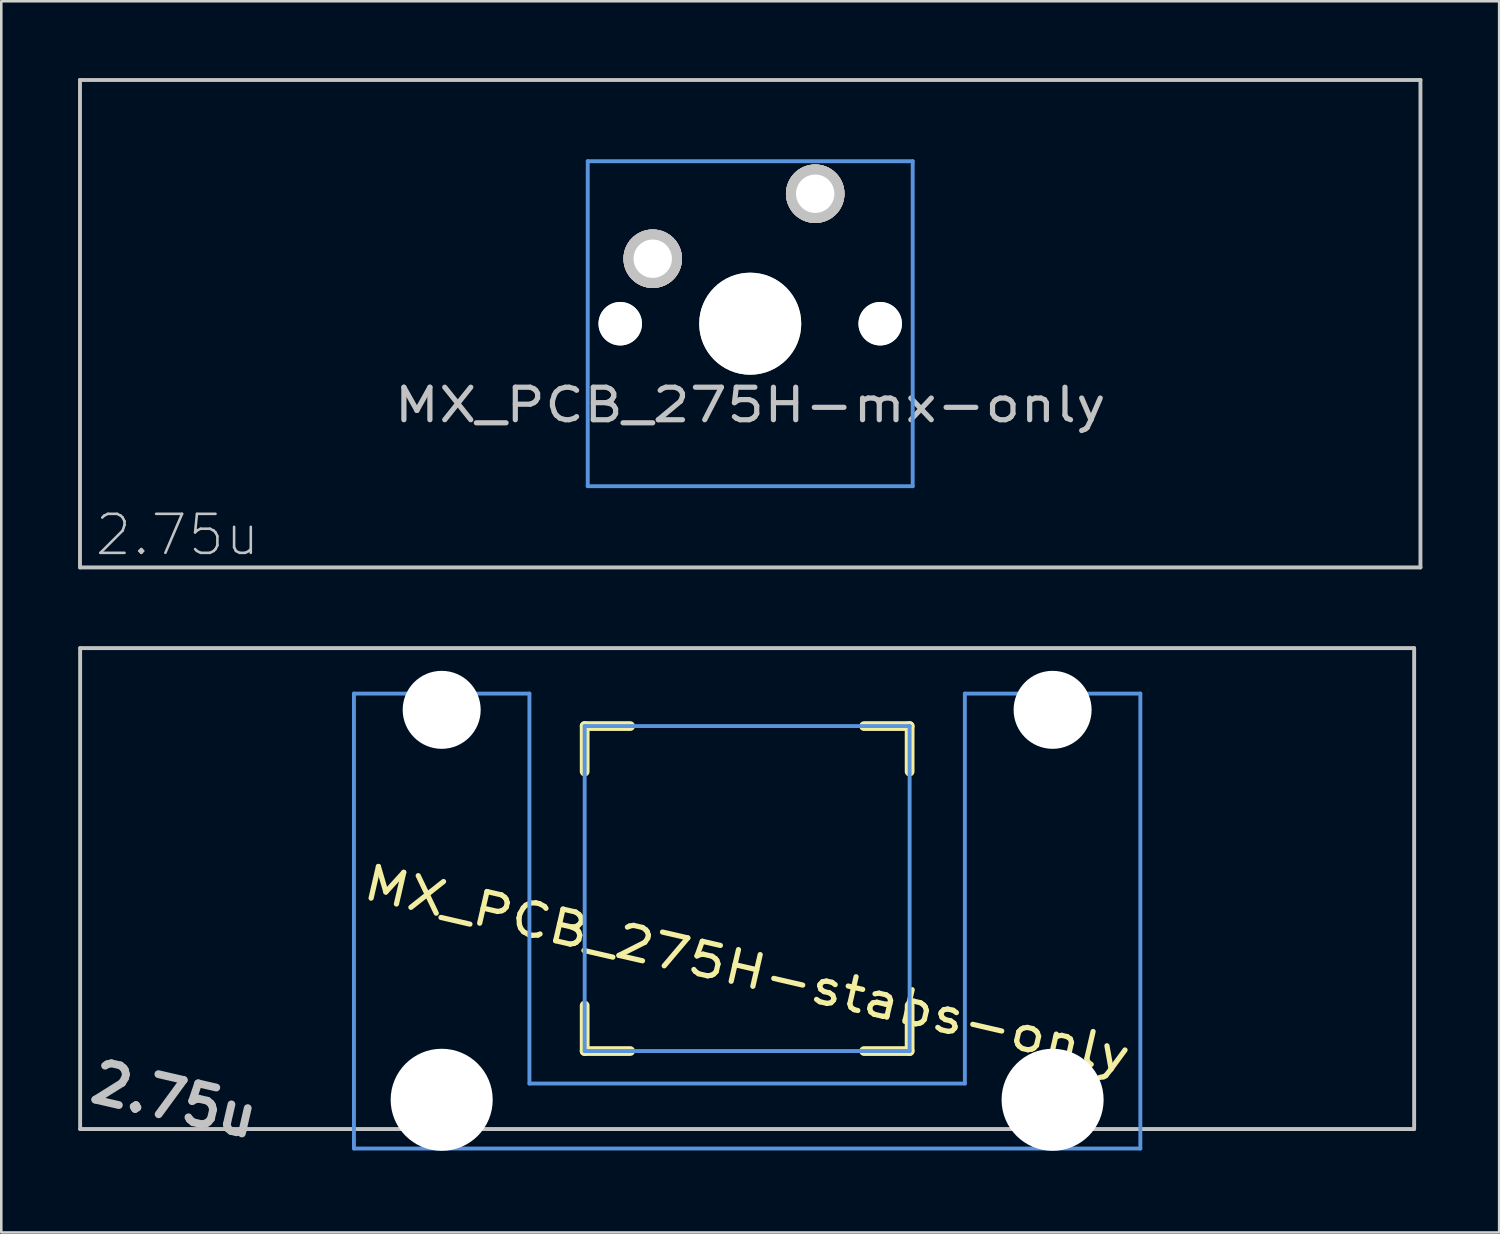
<source format=kicad_pcb>
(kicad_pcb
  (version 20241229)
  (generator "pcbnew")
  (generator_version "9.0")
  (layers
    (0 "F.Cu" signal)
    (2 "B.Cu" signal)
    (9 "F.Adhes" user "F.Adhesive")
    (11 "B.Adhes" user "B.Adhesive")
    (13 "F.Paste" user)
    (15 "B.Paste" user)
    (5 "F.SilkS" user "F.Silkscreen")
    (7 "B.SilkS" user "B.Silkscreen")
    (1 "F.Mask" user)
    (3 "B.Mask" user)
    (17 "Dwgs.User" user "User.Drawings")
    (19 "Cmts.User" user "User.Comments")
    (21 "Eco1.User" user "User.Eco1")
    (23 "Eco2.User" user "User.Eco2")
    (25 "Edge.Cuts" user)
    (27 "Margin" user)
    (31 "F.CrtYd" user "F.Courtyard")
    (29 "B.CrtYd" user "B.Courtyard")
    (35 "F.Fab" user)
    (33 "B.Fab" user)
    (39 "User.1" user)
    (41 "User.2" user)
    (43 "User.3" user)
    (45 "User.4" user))
  (footprint "MX_PCB_275H-stabs-only"
    (layer "F.Cu")
    (at 26.15 31.677)
    (property "Reference" "MX_PCB_275H-stabs-only" (at 0 3.175 347) (layer "F.SilkS") (effects (font (size 1.27 1.524) (thickness 0.203))))
    (attr through_hole)
    (fp_line (start -6.35 -6.35) (end -4.572 -6.35) (stroke (width 0.381) (type solid)) (layer "F.SilkS"))
    (fp_line (start -6.35 -4.572) (end -6.35 -6.35) (stroke (width 0.381) (type solid)) (layer "F.SilkS"))
    (fp_line (start -6.35 6.35) (end -6.35 4.572) (stroke (width 0.381) (type solid)) (layer "F.SilkS"))
    (fp_line (start -4.572 6.35) (end -6.35 6.35) (stroke (width 0.381) (type solid)) (layer "F.SilkS"))
    (fp_line (start 4.572 -6.35) (end 6.35 -6.35) (stroke (width 0.381) (type solid)) (layer "F.SilkS"))
    (fp_line (start 6.35 -6.35) (end 6.35 -4.572) (stroke (width 0.381) (type solid)) (layer "F.SilkS"))
    (fp_line (start 6.35 4.572) (end 6.35 6.35) (stroke (width 0.381) (type solid)) (layer "F.SilkS"))
    (fp_line (start 6.35 6.35) (end 4.572 6.35) (stroke (width 0.381) (type solid)) (layer "F.SilkS"))
    (fp_line (start -26.068 -9.398) (end 26.068 -9.398) (stroke (width 0.152) (type solid)) (layer "Dwgs.User"))
    (fp_line (start -26.068 9.398) (end -26.068 -9.398) (stroke (width 0.152) (type solid)) (layer "Dwgs.User"))
    (fp_line (start 26.068 -9.398) (end 26.068 9.398) (stroke (width 0.152) (type solid)) (layer "Dwgs.User"))
    (fp_line (start 26.068 9.398) (end -26.068 9.398) (stroke (width 0.152) (type solid)) (layer "Dwgs.User"))
    (fp_line (start -15.367 -7.62) (end -15.367 10.16) (stroke (width 0.152) (type solid)) (layer "Cmts.User"))
    (fp_line (start -15.367 10.16) (end 15.367 10.16) (stroke (width 0.152) (type solid)) (layer "Cmts.User"))
    (fp_line (start -8.509 -7.62) (end -15.367 -7.62) (stroke (width 0.152) (type solid)) (layer "Cmts.User"))
    (fp_line (start -8.509 7.62) (end -8.509 -7.62) (stroke (width 0.152) (type solid)) (layer "Cmts.User"))
    (fp_line (start -6.35 -6.35) (end 6.35 -6.35) (stroke (width 0.152) (type solid)) (layer "Cmts.User"))
    (fp_line (start -6.35 6.35) (end -6.35 -6.35) (stroke (width 0.152) (type solid)) (layer "Cmts.User"))
    (fp_line (start 6.35 -6.35) (end 6.35 6.35) (stroke (width 0.152) (type solid)) (layer "Cmts.User"))
    (fp_line (start 6.35 6.35) (end -6.35 6.35) (stroke (width 0.152) (type solid)) (layer "Cmts.User"))
    (fp_line (start 8.509 -7.62) (end 8.509 7.62) (stroke (width 0.152) (type solid)) (layer "Cmts.User"))
    (fp_line (start 8.509 7.62) (end -8.509 7.62) (stroke (width 0.152) (type solid)) (layer "Cmts.User"))
    (fp_line (start 15.367 -7.62) (end 8.509 -7.62) (stroke (width 0.152) (type solid)) (layer "Cmts.User"))
    (fp_line (start 15.367 10.16) (end 15.367 -7.62) (stroke (width 0.152) (type solid)) (layer "Cmts.User"))
    (fp_line (start -16.129 -2.286) (end -15.265 -2.286) (stroke (width 0.152) (type solid)) (layer "Eco2.User"))
    (fp_line (start -16.129 0.508) (end -16.129 -2.286) (stroke (width 0.152) (type solid)) (layer "Eco2.User"))
    (fp_line (start -15.265 -5.69) (end -8.611 -5.69) (stroke (width 0.152) (type solid)) (layer "Eco2.User"))
    (fp_line (start -15.265 -2.286) (end -15.265 -5.69) (stroke (width 0.152) (type solid)) (layer "Eco2.User"))
    (fp_line (start -15.265 0.508) (end -16.129 0.508) (stroke (width 0.152) (type solid)) (layer "Eco2.User"))
    (fp_line (start -15.265 6.604) (end -15.265 0.508) (stroke (width 0.152) (type solid)) (layer "Eco2.User"))
    (fp_line (start -14.224 6.604) (end -15.265 6.604) (stroke (width 0.152) (type solid)) (layer "Eco2.User"))
    (fp_line (start -14.224 7.772) (end -14.224 6.604) (stroke (width 0.152) (type solid)) (layer "Eco2.User"))
    (fp_line (start -9.652 6.604) (end -9.652 7.772) (stroke (width 0.152) (type solid)) (layer "Eco2.User"))
    (fp_line (start -9.652 7.772) (end -14.224 7.772) (stroke (width 0.152) (type solid)) (layer "Eco2.User"))
    (fp_line (start -8.611 -5.69) (end -8.611 -4.877) (stroke (width 0.152) (type solid)) (layer "Eco2.User"))
    (fp_line (start -8.611 -4.877) (end -6.985 -4.877) (stroke (width 0.152) (type solid)) (layer "Eco2.User"))
    (fp_line (start -8.611 5.817) (end -8.611 6.604) (stroke (width 0.152) (type solid)) (layer "Eco2.User"))
    (fp_line (start -8.611 6.604) (end -9.652 6.604) (stroke (width 0.152) (type solid)) (layer "Eco2.User"))
    (fp_line (start -6.985 -6.985) (end 6.985 -6.985) (stroke (width 0.152) (type solid)) (layer "Eco2.User"))
    (fp_line (start -6.985 -4.877) (end -6.985 -6.985) (stroke (width 0.152) (type solid)) (layer "Eco2.User"))
    (fp_line (start -6.985 5.817) (end -8.611 5.817) (stroke (width 0.152) (type solid)) (layer "Eco2.User"))
    (fp_line (start -6.985 6.985) (end -6.985 5.817) (stroke (width 0.152) (type solid)) (layer "Eco2.User"))
    (fp_line (start 6.985 -6.985) (end 6.985 -4.877) (stroke (width 0.152) (type solid)) (layer "Eco2.User"))
    (fp_line (start 6.985 -4.877) (end 8.611 -4.877) (stroke (width 0.152) (type solid)) (layer "Eco2.User"))
    (fp_line (start 6.985 5.817) (end 6.985 6.985) (stroke (width 0.152) (type solid)) (layer "Eco2.User"))
    (fp_line (start 6.985 6.985) (end -6.985 6.985) (stroke (width 0.152) (type solid)) (layer "Eco2.User"))
    (fp_line (start 8.611 -5.69) (end 15.265 -5.69) (stroke (width 0.152) (type solid)) (layer "Eco2.User"))
    (fp_line (start 8.611 -4.877) (end 8.611 -5.69) (stroke (width 0.152) (type solid)) (layer "Eco2.User"))
    (fp_line (start 8.611 5.817) (end 6.985 5.817) (stroke (width 0.152) (type solid)) (layer "Eco2.User"))
    (fp_line (start 8.611 6.604) (end 8.611 5.817) (stroke (width 0.152) (type solid)) (layer "Eco2.User"))
    (fp_line (start 9.652 6.604) (end 8.611 6.604) (stroke (width 0.152) (type solid)) (layer "Eco2.User"))
    (fp_line (start 9.652 7.772) (end 9.652 6.604) (stroke (width 0.152) (type solid)) (layer "Eco2.User"))
    (fp_line (start 14.224 6.604) (end 14.224 7.772) (stroke (width 0.152) (type solid)) (layer "Eco2.User"))
    (fp_line (start 14.224 7.772) (end 9.652 7.772) (stroke (width 0.152) (type solid)) (layer "Eco2.User"))
    (fp_line (start 15.265 -5.69) (end 15.265 -2.286) (stroke (width 0.152) (type solid)) (layer "Eco2.User"))
    (fp_line (start 15.265 -2.286) (end 16.129 -2.286) (stroke (width 0.152) (type solid)) (layer "Eco2.User"))
    (fp_line (start 15.265 0.508) (end 15.265 6.604) (stroke (width 0.152) (type solid)) (layer "Eco2.User"))
    (fp_line (start 15.265 6.604) (end 14.224 6.604) (stroke (width 0.152) (type solid)) (layer "Eco2.User"))
    (fp_line (start 16.129 -2.286) (end 16.129 0.508) (stroke (width 0.152) (type solid)) (layer "Eco2.User"))
    (fp_line (start 16.129 0.508) (end 15.265 0.508) (stroke (width 0.152) (type solid)) (layer "Eco2.User"))
    (fp_text user "2.75u" (at -22.385 8.255 347) (layer "Dwgs.User") (effects (font (size 1.524 1.524) (thickness 0.305))))
    (pad "" np_thru_hole circle (at -11.938 -6.985 347) (size 3.048 3.048) (drill 3.048) (layers "*.Cu"))
    (pad "" np_thru_hole circle (at -11.938 8.255 347) (size 3.988 3.988) (drill 3.988) (layers "*.Cu"))
    (pad "" np_thru_hole circle (at 11.938 -6.985 347) (size 3.048 3.048) (drill 3.048) (layers "*.Cu"))
    (pad "" np_thru_hole circle (at 11.938 8.255 347) (size 3.988 3.988) (drill 3.988) (layers "*.Cu")))
  (footprint "MX_PCB_275H-mx-only"
    (layer "F.Cu")
    (at 26.27 9.601)
    (property "Reference" "MX_PCB_275H-mx-only" (at 0 3.175 0) (layer "Dwgs.User") (effects (font (size 1.27 1.524) (thickness 0.203))))
    (attr through_hole)
    (fp_line (start -26.194 -9.525) (end 26.194 -9.525) (stroke (width 0.152) (type solid)) (layer "Dwgs.User"))
    (fp_line (start -26.194 9.525) (end -26.194 -9.525) (stroke (width 0.152) (type solid)) (layer "Dwgs.User"))
    (fp_line (start 26.194 -9.525) (end 26.194 9.525) (stroke (width 0.152) (type solid)) (layer "Dwgs.User"))
    (fp_line (start 26.194 9.525) (end -26.194 9.525) (stroke (width 0.152) (type solid)) (layer "Dwgs.User"))
    (fp_line (start -6.35 -6.35) (end 6.35 -6.35) (stroke (width 0.152) (type solid)) (layer "Cmts.User"))
    (fp_line (start -6.35 6.35) (end -6.35 -6.35) (stroke (width 0.152) (type solid)) (layer "Cmts.User"))
    (fp_line (start 6.35 -6.35) (end 6.35 6.35) (stroke (width 0.152) (type solid)) (layer "Cmts.User"))
    (fp_line (start 6.35 6.35) (end -6.35 6.35) (stroke (width 0.152) (type solid)) (layer "Cmts.User"))
    (fp_curve (pts (xy -7 -6.001) (xy -7 -6.551) (xy -6.55 -7.001) (xy -6 -7.001)) (stroke (width 0.3) (type solid)) (layer "Eco2.User"))
    (fp_curve (pts (xy -7 5.999) (xy -7 5.999) (xy -7 -6.001) (xy -7 -6.001)) (stroke (width 0.3) (type solid)) (layer "Eco2.User"))
    (fp_curve (pts (xy -6 -7.001) (xy -6 -7.001) (xy 6 -7.001) (xy 6 -7.001)) (stroke (width 0.3) (type solid)) (layer "Eco2.User"))
    (fp_curve (pts (xy -6 6.999) (xy -6.55 6.999) (xy -7 6.549) (xy -7 5.999)) (stroke (width 0.3) (type solid)) (layer "Eco2.User"))
    (fp_curve (pts (xy 6 -7.001) (xy 6.55 -7.001) (xy 7 -6.551) (xy 7 -6.001)) (stroke (width 0.3) (type solid)) (layer "Eco2.User"))
    (fp_curve (pts (xy 6 6.999) (xy 6 6.999) (xy -6 6.999) (xy -6 6.999)) (stroke (width 0.3) (type solid)) (layer "Eco2.User"))
    (fp_curve (pts (xy 7 -6.001) (xy 7 -6.001) (xy 7 5.999) (xy 7 5.999)) (stroke (width 0.3) (type solid)) (layer "Eco2.User"))
    (fp_curve (pts (xy 7 5.999) (xy 7 6.549) (xy 6.55 6.999) (xy 6 6.999)) (stroke (width 0.3) (type solid)) (layer "Eco2.User"))
    (fp_text user "2.75u" (at -22.385 8.255 0) (layer "Dwgs.User") (effects (font (size 1.524 1.524) (thickness 0.1))))
    (pad "" np_thru_hole circle (at -5.08 0) (size 1.7 1.7) (drill 1.7) (layers "*.Cu" "Dwgs.User"))
    (pad "" np_thru_hole circle (at 0 0) (size 3.988 3.988) (drill 3.988) (layers "*.Cu" "Dwgs.User"))
    (pad "" np_thru_hole circle (at 5.08 0) (size 1.7 1.7) (drill 1.7) (layers "*.Cu" "Dwgs.User"))
    (pad "1" thru_hole circle (at 2.54 -5.08) (size 2.286 2.286) (drill 1.499) (layers "*.Cu" "*.SilkS" "*.Mask" "Dwgs.User"))
    (pad "2" thru_hole circle (at -3.81 -2.54) (size 2.286 2.286) (drill 1.499) (layers "*.Cu" "*.SilkS" "*.Mask" "Dwgs.User")))
  (gr_rect
    (start -3 -3)
    (end 55.54 45.117)
    (stroke (width 0.1) (type default))
    (fill no)
    (layer "Edge.Cuts")))
</source>
